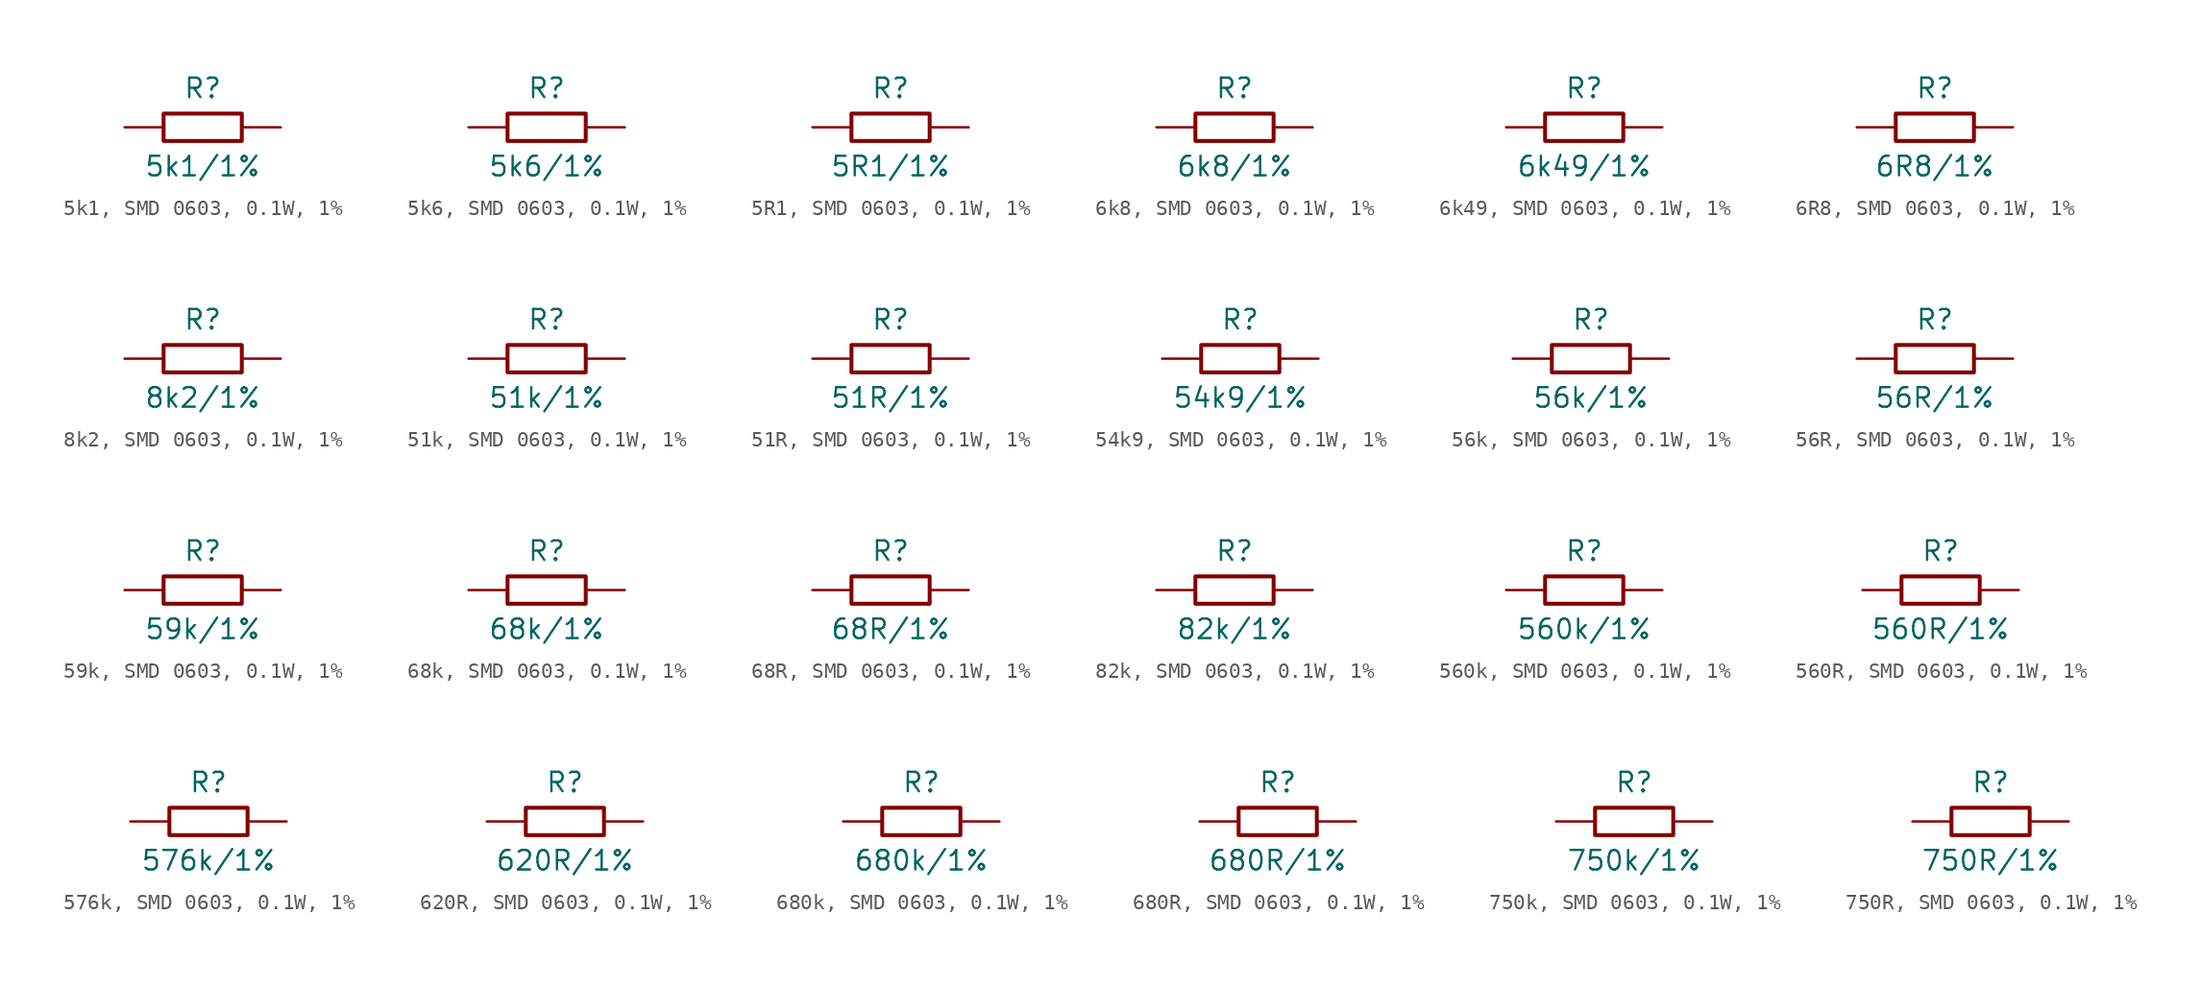
<source format=kicad_sym>
(kicad_symbol_lib
  (version 20231120)
  (generator "kicad_symbol_editor")
  (generator_version "8.0")
  (symbol "5k1, SMD 0603, 0.1W, 1%"
    (pin_numbers hide)
    (pin_names
      (offset 0) hide)
    (property "Reference" "R"
      (at 0 2.54 0)
      (effects (font (size 1.27 1.27))))
    (property "Value" "5k1/1%"
      (at 0 -2.54 0)
      (effects (font (size 1.27 1.27))))
    (symbol "5k1, SMD 0603, 0.1W, 1%_0_1"
      (rectangle (start -2.54 0.889) (end 2.54 -0.889) (stroke (width 0.254) (type default)) (fill (type none))))
    (symbol "5k1, SMD 0603, 0.1W, 1%_1_1"
      (pin passive line (at -5.08 0 0) (length 2.54) (name "1" (effects (font (size 1.27 1.27)))) (number "1" (effects (font (size 1.27 1.27)))))
      (pin passive line (at 5.08 0 180) (length 2.54) (name "2" (effects (font (size 1.27 1.27)))) (number "2" (effects (font (size 1.27 1.27)))))))
  (symbol "5k6, SMD 0603, 0.1W, 1%"
    (pin_numbers hide)
    (pin_names
      (offset 0) hide)
    (property "Reference" "R"
      (at 0 2.54 0)
      (effects (font (size 1.27 1.27))))
    (property "Value" "5k6/1%"
      (at 0 -2.54 0)
      (effects (font (size 1.27 1.27))))
    (symbol "5k6, SMD 0603, 0.1W, 1%_0_1"
      (rectangle (start -2.54 0.889) (end 2.54 -0.889) (stroke (width 0.254) (type default)) (fill (type none))))
    (symbol "5k6, SMD 0603, 0.1W, 1%_1_1"
      (pin passive line (at -5.08 0 0) (length 2.54) (name "1" (effects (font (size 1.27 1.27)))) (number "1" (effects (font (size 1.27 1.27)))))
      (pin passive line (at 5.08 0 180) (length 2.54) (name "2" (effects (font (size 1.27 1.27)))) (number "2" (effects (font (size 1.27 1.27)))))))
  (symbol "5R1, SMD 0603, 0.1W, 1%"
    (pin_numbers hide)
    (pin_names
      (offset 0) hide)
    (property "Reference" "R"
      (at 0 2.54 0)
      (effects (font (size 1.27 1.27))))
    (property "Value" "5R1/1%"
      (at 0 -2.54 0)
      (effects (font (size 1.27 1.27))))
    (symbol "5R1, SMD 0603, 0.1W, 1%_0_1"
      (rectangle (start -2.54 0.889) (end 2.54 -0.889) (stroke (width 0.254) (type default)) (fill (type none))))
    (symbol "5R1, SMD 0603, 0.1W, 1%_1_1"
      (pin passive line (at -5.08 0 0) (length 2.54) (name "1" (effects (font (size 1.27 1.27)))) (number "1" (effects (font (size 1.27 1.27)))))
      (pin passive line (at 5.08 0 180) (length 2.54) (name "2" (effects (font (size 1.27 1.27)))) (number "2" (effects (font (size 1.27 1.27)))))))
  (symbol "6k8, SMD 0603, 0.1W, 1%"
    (pin_numbers hide)
    (pin_names
      (offset 0) hide)
    (property "Reference" "R"
      (at 0 2.54 0)
      (effects (font (size 1.27 1.27))))
    (property "Value" "6k8/1%"
      (at 0 -2.54 0)
      (effects (font (size 1.27 1.27))))
    (symbol "6k8, SMD 0603, 0.1W, 1%_0_1"
      (rectangle (start -2.54 0.889) (end 2.54 -0.889) (stroke (width 0.254) (type default)) (fill (type none))))
    (symbol "6k8, SMD 0603, 0.1W, 1%_1_1"
      (pin passive line (at -5.08 0 0) (length 2.54) (name "1" (effects (font (size 1.27 1.27)))) (number "1" (effects (font (size 1.27 1.27)))))
      (pin passive line (at 5.08 0 180) (length 2.54) (name "2" (effects (font (size 1.27 1.27)))) (number "2" (effects (font (size 1.27 1.27)))))))
  (symbol "6k49, SMD 0603, 0.1W, 1%"
    (pin_numbers hide)
    (pin_names
      (offset 0) hide)
    (property "Reference" "R"
      (at 0 2.54 0)
      (effects (font (size 1.27 1.27))))
    (property "Value" "6k49/1%"
      (at 0 -2.54 0)
      (effects (font (size 1.27 1.27))))
    (symbol "6k49, SMD 0603, 0.1W, 1%_0_1"
      (rectangle (start -2.54 0.889) (end 2.54 -0.889) (stroke (width 0.254) (type default)) (fill (type none))))
    (symbol "6k49, SMD 0603, 0.1W, 1%_1_1"
      (pin passive line (at -5.08 0 0) (length 2.54) (name "1" (effects (font (size 1.27 1.27)))) (number "1" (effects (font (size 1.27 1.27)))))
      (pin passive line (at 5.08 0 180) (length 2.54) (name "2" (effects (font (size 1.27 1.27)))) (number "2" (effects (font (size 1.27 1.27)))))))
  (symbol "6R8, SMD 0603, 0.1W, 1%"
    (pin_numbers hide)
    (pin_names
      (offset 0) hide)
    (property "Reference" "R"
      (at 0 2.54 0)
      (effects (font (size 1.27 1.27))))
    (property "Value" "6R8/1%"
      (at 0 -2.54 0)
      (effects (font (size 1.27 1.27))))
    (symbol "6R8, SMD 0603, 0.1W, 1%_0_1"
      (rectangle (start -2.54 0.889) (end 2.54 -0.889) (stroke (width 0.254) (type default)) (fill (type none))))
    (symbol "6R8, SMD 0603, 0.1W, 1%_1_1"
      (pin passive line (at -5.08 0 0) (length 2.54) (name "1" (effects (font (size 1.27 1.27)))) (number "1" (effects (font (size 1.27 1.27)))))
      (pin passive line (at 5.08 0 180) (length 2.54) (name "2" (effects (font (size 1.27 1.27)))) (number "2" (effects (font (size 1.27 1.27)))))))
  (symbol "8k2, SMD 0603, 0.1W, 1%"
    (pin_numbers hide)
    (pin_names
      (offset 0) hide)
    (property "Reference" "R"
      (at 0 2.54 0)
      (effects (font (size 1.27 1.27))))
    (property "Value" "8k2/1%"
      (at 0 -2.54 0)
      (effects (font (size 1.27 1.27))))
    (symbol "8k2, SMD 0603, 0.1W, 1%_0_1"
      (rectangle (start -2.54 0.889) (end 2.54 -0.889) (stroke (width 0.254) (type default)) (fill (type none))))
    (symbol "8k2, SMD 0603, 0.1W, 1%_1_1"
      (pin passive line (at -5.08 0 0) (length 2.54) (name "1" (effects (font (size 1.27 1.27)))) (number "1" (effects (font (size 1.27 1.27)))))
      (pin passive line (at 5.08 0 180) (length 2.54) (name "2" (effects (font (size 1.27 1.27)))) (number "2" (effects (font (size 1.27 1.27)))))))
  (symbol "51k, SMD 0603, 0.1W, 1%"
    (pin_numbers hide)
    (pin_names
      (offset 0) hide)
    (property "Reference" "R"
      (at 0 2.54 0)
      (effects (font (size 1.27 1.27))))
    (property "Value" "51k/1%"
      (at 0 -2.54 0)
      (effects (font (size 1.27 1.27))))
    (symbol "51k, SMD 0603, 0.1W, 1%_0_1"
      (rectangle (start -2.54 0.889) (end 2.54 -0.889) (stroke (width 0.254) (type default)) (fill (type none))))
    (symbol "51k, SMD 0603, 0.1W, 1%_1_1"
      (pin passive line (at -5.08 0 0) (length 2.54) (name "1" (effects (font (size 1.27 1.27)))) (number "1" (effects (font (size 1.27 1.27)))))
      (pin passive line (at 5.08 0 180) (length 2.54) (name "2" (effects (font (size 1.27 1.27)))) (number "2" (effects (font (size 1.27 1.27)))))))
  (symbol "51R, SMD 0603, 0.1W, 1%"
    (pin_numbers hide)
    (pin_names
      (offset 0) hide)
    (property "Reference" "R"
      (at 0 2.54 0)
      (effects (font (size 1.27 1.27))))
    (property "Value" "51R/1%"
      (at 0 -2.54 0)
      (effects (font (size 1.27 1.27))))
    (symbol "51R, SMD 0603, 0.1W, 1%_0_1"
      (rectangle (start -2.54 0.889) (end 2.54 -0.889) (stroke (width 0.254) (type default)) (fill (type none))))
    (symbol "51R, SMD 0603, 0.1W, 1%_1_1"
      (pin passive line (at -5.08 0 0) (length 2.54) (name "1" (effects (font (size 1.27 1.27)))) (number "1" (effects (font (size 1.27 1.27)))))
      (pin passive line (at 5.08 0 180) (length 2.54) (name "2" (effects (font (size 1.27 1.27)))) (number "2" (effects (font (size 1.27 1.27)))))))
  (symbol "54k9, SMD 0603, 0.1W, 1%"
    (pin_numbers hide)
    (pin_names
      (offset 0) hide)
    (property "Reference" "R"
      (at 0 2.54 0)
      (effects (font (size 1.27 1.27))))
    (property "Value" "54k9/1%"
      (at 0 -2.54 0)
      (effects (font (size 1.27 1.27))))
    (symbol "54k9, SMD 0603, 0.1W, 1%_0_1"
      (rectangle (start -2.54 0.889) (end 2.54 -0.889) (stroke (width 0.254) (type default)) (fill (type none))))
    (symbol "54k9, SMD 0603, 0.1W, 1%_1_1"
      (pin passive line (at -5.08 0 0) (length 2.54) (name "1" (effects (font (size 1.27 1.27)))) (number "1" (effects (font (size 1.27 1.27)))))
      (pin passive line (at 5.08 0 180) (length 2.54) (name "2" (effects (font (size 1.27 1.27)))) (number "2" (effects (font (size 1.27 1.27)))))))
  (symbol "56k, SMD 0603, 0.1W, 1%"
    (pin_numbers hide)
    (pin_names
      (offset 0) hide)
    (property "Reference" "R"
      (at 0 2.54 0)
      (effects (font (size 1.27 1.27))))
    (property "Value" "56k/1%"
      (at 0 -2.54 0)
      (effects (font (size 1.27 1.27))))
    (symbol "56k, SMD 0603, 0.1W, 1%_0_1"
      (rectangle (start -2.54 0.889) (end 2.54 -0.889) (stroke (width 0.254) (type default)) (fill (type none))))
    (symbol "56k, SMD 0603, 0.1W, 1%_1_1"
      (pin passive line (at -5.08 0 0) (length 2.54) (name "1" (effects (font (size 1.27 1.27)))) (number "1" (effects (font (size 1.27 1.27)))))
      (pin passive line (at 5.08 0 180) (length 2.54) (name "2" (effects (font (size 1.27 1.27)))) (number "2" (effects (font (size 1.27 1.27)))))))
  (symbol "56R, SMD 0603, 0.1W, 1%"
    (pin_numbers hide)
    (pin_names
      (offset 0) hide)
    (property "Reference" "R"
      (at 0 2.54 0)
      (effects (font (size 1.27 1.27))))
    (property "Value" "56R/1%"
      (at 0 -2.54 0)
      (effects (font (size 1.27 1.27))))
    (symbol "56R, SMD 0603, 0.1W, 1%_0_1"
      (rectangle (start -2.54 0.889) (end 2.54 -0.889) (stroke (width 0.254) (type default)) (fill (type none))))
    (symbol "56R, SMD 0603, 0.1W, 1%_1_1"
      (pin passive line (at -5.08 0 0) (length 2.54) (name "1" (effects (font (size 1.27 1.27)))) (number "1" (effects (font (size 1.27 1.27)))))
      (pin passive line (at 5.08 0 180) (length 2.54) (name "2" (effects (font (size 1.27 1.27)))) (number "2" (effects (font (size 1.27 1.27)))))))
  (symbol "59k, SMD 0603, 0.1W, 1%"
    (pin_numbers hide)
    (pin_names
      (offset 0) hide)
    (property "Reference" "R"
      (at 0 2.54 0)
      (effects (font (size 1.27 1.27))))
    (property "Value" "59k/1%"
      (at 0 -2.54 0)
      (effects (font (size 1.27 1.27))))
    (symbol "59k, SMD 0603, 0.1W, 1%_0_1"
      (rectangle (start -2.54 0.889) (end 2.54 -0.889) (stroke (width 0.254) (type default)) (fill (type none))))
    (symbol "59k, SMD 0603, 0.1W, 1%_1_1"
      (pin passive line (at -5.08 0 0) (length 2.54) (name "1" (effects (font (size 1.27 1.27)))) (number "1" (effects (font (size 1.27 1.27)))))
      (pin passive line (at 5.08 0 180) (length 2.54) (name "2" (effects (font (size 1.27 1.27)))) (number "2" (effects (font (size 1.27 1.27)))))))
  (symbol "68k, SMD 0603, 0.1W, 1%"
    (pin_numbers hide)
    (pin_names
      (offset 0) hide)
    (property "Reference" "R"
      (at 0 2.54 0)
      (effects (font (size 1.27 1.27))))
    (property "Value" "68k/1%"
      (at 0 -2.54 0)
      (effects (font (size 1.27 1.27))))
    (symbol "68k, SMD 0603, 0.1W, 1%_0_1"
      (rectangle (start -2.54 0.889) (end 2.54 -0.889) (stroke (width 0.254) (type default)) (fill (type none))))
    (symbol "68k, SMD 0603, 0.1W, 1%_1_1"
      (pin passive line (at -5.08 0 0) (length 2.54) (name "1" (effects (font (size 1.27 1.27)))) (number "1" (effects (font (size 1.27 1.27)))))
      (pin passive line (at 5.08 0 180) (length 2.54) (name "2" (effects (font (size 1.27 1.27)))) (number "2" (effects (font (size 1.27 1.27)))))))
  (symbol "68R, SMD 0603, 0.1W, 1%"
    (pin_numbers hide)
    (pin_names
      (offset 0) hide)
    (property "Reference" "R"
      (at 0 2.54 0)
      (effects (font (size 1.27 1.27))))
    (property "Value" "68R/1%"
      (at 0 -2.54 0)
      (effects (font (size 1.27 1.27))))
    (symbol "68R, SMD 0603, 0.1W, 1%_0_1"
      (rectangle (start -2.54 0.889) (end 2.54 -0.889) (stroke (width 0.254) (type default)) (fill (type none))))
    (symbol "68R, SMD 0603, 0.1W, 1%_1_1"
      (pin passive line (at -5.08 0 0) (length 2.54) (name "1" (effects (font (size 1.27 1.27)))) (number "1" (effects (font (size 1.27 1.27)))))
      (pin passive line (at 5.08 0 180) (length 2.54) (name "2" (effects (font (size 1.27 1.27)))) (number "2" (effects (font (size 1.27 1.27)))))))
  (symbol "82k, SMD 0603, 0.1W, 1%"
    (pin_numbers hide)
    (pin_names
      (offset 0) hide)
    (property "Reference" "R"
      (at 0 2.54 0)
      (effects (font (size 1.27 1.27))))
    (property "Value" "82k/1%"
      (at 0 -2.54 0)
      (effects (font (size 1.27 1.27))))
    (symbol "82k, SMD 0603, 0.1W, 1%_0_1"
      (rectangle (start -2.54 0.889) (end 2.54 -0.889) (stroke (width 0.254) (type default)) (fill (type none))))
    (symbol "82k, SMD 0603, 0.1W, 1%_1_1"
      (pin passive line (at -5.08 0 0) (length 2.54) (name "1" (effects (font (size 1.27 1.27)))) (number "1" (effects (font (size 1.27 1.27)))))
      (pin passive line (at 5.08 0 180) (length 2.54) (name "2" (effects (font (size 1.27 1.27)))) (number "2" (effects (font (size 1.27 1.27)))))))
  (symbol "560k, SMD 0603, 0.1W, 1%"
    (pin_numbers hide)
    (pin_names
      (offset 0) hide)
    (property "Reference" "R"
      (at 0 2.54 0)
      (effects (font (size 1.27 1.27))))
    (property "Value" "560k/1%"
      (at 0 -2.54 0)
      (effects (font (size 1.27 1.27))))
    (symbol "560k, SMD 0603, 0.1W, 1%_0_1"
      (rectangle (start -2.54 0.889) (end 2.54 -0.889) (stroke (width 0.254) (type default)) (fill (type none))))
    (symbol "560k, SMD 0603, 0.1W, 1%_1_1"
      (pin passive line (at -5.08 0 0) (length 2.54) (name "1" (effects (font (size 1.27 1.27)))) (number "1" (effects (font (size 1.27 1.27)))))
      (pin passive line (at 5.08 0 180) (length 2.54) (name "2" (effects (font (size 1.27 1.27)))) (number "2" (effects (font (size 1.27 1.27)))))))
  (symbol "560R, SMD 0603, 0.1W, 1%"
    (pin_numbers hide)
    (pin_names
      (offset 0) hide)
    (property "Reference" "R"
      (at 0 2.54 0)
      (effects (font (size 1.27 1.27))))
    (property "Value" "560R/1%"
      (at 0 -2.54 0)
      (effects (font (size 1.27 1.27))))
    (symbol "560R, SMD 0603, 0.1W, 1%_0_1"
      (rectangle (start -2.54 0.889) (end 2.54 -0.889) (stroke (width 0.254) (type default)) (fill (type none))))
    (symbol "560R, SMD 0603, 0.1W, 1%_1_1"
      (pin passive line (at -5.08 0 0) (length 2.54) (name "1" (effects (font (size 1.27 1.27)))) (number "1" (effects (font (size 1.27 1.27)))))
      (pin passive line (at 5.08 0 180) (length 2.54) (name "2" (effects (font (size 1.27 1.27)))) (number "2" (effects (font (size 1.27 1.27)))))))
  (symbol "576k, SMD 0603, 0.1W, 1%"
    (pin_numbers hide)
    (pin_names
      (offset 0) hide)
    (property "Reference" "R"
      (at 0 2.54 0)
      (effects (font (size 1.27 1.27))))
    (property "Value" "576k/1%"
      (at 0 -2.54 0)
      (effects (font (size 1.27 1.27))))
    (symbol "576k, SMD 0603, 0.1W, 1%_0_1"
      (rectangle (start -2.54 0.889) (end 2.54 -0.889) (stroke (width 0.254) (type default)) (fill (type none))))
    (symbol "576k, SMD 0603, 0.1W, 1%_1_1"
      (pin passive line (at -5.08 0 0) (length 2.54) (name "1" (effects (font (size 1.27 1.27)))) (number "1" (effects (font (size 1.27 1.27)))))
      (pin passive line (at 5.08 0 180) (length 2.54) (name "2" (effects (font (size 1.27 1.27)))) (number "2" (effects (font (size 1.27 1.27)))))))
  (symbol "620R, SMD 0603, 0.1W, 1%"
    (pin_numbers hide)
    (pin_names
      (offset 0) hide)
    (property "Reference" "R"
      (at 0 2.54 0)
      (effects (font (size 1.27 1.27))))
    (property "Value" "620R/1%"
      (at 0 -2.54 0)
      (effects (font (size 1.27 1.27))))
    (symbol "620R, SMD 0603, 0.1W, 1%_0_1"
      (rectangle (start -2.54 0.889) (end 2.54 -0.889) (stroke (width 0.254) (type default)) (fill (type none))))
    (symbol "620R, SMD 0603, 0.1W, 1%_1_1"
      (pin passive line (at -5.08 0 0) (length 2.54) (name "1" (effects (font (size 1.27 1.27)))) (number "1" (effects (font (size 1.27 1.27)))))
      (pin passive line (at 5.08 0 180) (length 2.54) (name "2" (effects (font (size 1.27 1.27)))) (number "2" (effects (font (size 1.27 1.27)))))))
  (symbol "680k, SMD 0603, 0.1W, 1%"
    (pin_numbers hide)
    (pin_names
      (offset 0) hide)
    (property "Reference" "R"
      (at 0 2.54 0)
      (effects (font (size 1.27 1.27))))
    (property "Value" "680k/1%"
      (at 0 -2.54 0)
      (effects (font (size 1.27 1.27))))
    (symbol "680k, SMD 0603, 0.1W, 1%_0_1"
      (rectangle (start -2.54 0.889) (end 2.54 -0.889) (stroke (width 0.254) (type default)) (fill (type none))))
    (symbol "680k, SMD 0603, 0.1W, 1%_1_1"
      (pin passive line (at -5.08 0 0) (length 2.54) (name "1" (effects (font (size 1.27 1.27)))) (number "1" (effects (font (size 1.27 1.27)))))
      (pin passive line (at 5.08 0 180) (length 2.54) (name "2" (effects (font (size 1.27 1.27)))) (number "2" (effects (font (size 1.27 1.27)))))))
  (symbol "680R, SMD 0603, 0.1W, 1%"
    (pin_numbers hide)
    (pin_names
      (offset 0) hide)
    (property "Reference" "R"
      (at 0 2.54 0)
      (effects (font (size 1.27 1.27))))
    (property "Value" "680R/1%"
      (at 0 -2.54 0)
      (effects (font (size 1.27 1.27))))
    (symbol "680R, SMD 0603, 0.1W, 1%_0_1"
      (rectangle (start -2.54 0.889) (end 2.54 -0.889) (stroke (width 0.254) (type default)) (fill (type none))))
    (symbol "680R, SMD 0603, 0.1W, 1%_1_1"
      (pin passive line (at -5.08 0 0) (length 2.54) (name "1" (effects (font (size 1.27 1.27)))) (number "1" (effects (font (size 1.27 1.27)))))
      (pin passive line (at 5.08 0 180) (length 2.54) (name "2" (effects (font (size 1.27 1.27)))) (number "2" (effects (font (size 1.27 1.27)))))))
  (symbol "750k, SMD 0603, 0.1W, 1%"
    (pin_numbers hide)
    (pin_names
      (offset 0) hide)
    (property "Reference" "R"
      (at 0 2.54 0)
      (effects (font (size 1.27 1.27))))
    (property "Value" "750k/1%"
      (at 0 -2.54 0)
      (effects (font (size 1.27 1.27))))
    (symbol "750k, SMD 0603, 0.1W, 1%_0_1"
      (rectangle (start -2.54 0.889) (end 2.54 -0.889) (stroke (width 0.254) (type default)) (fill (type none))))
    (symbol "750k, SMD 0603, 0.1W, 1%_1_1"
      (pin passive line (at -5.08 0 0) (length 2.54) (name "1" (effects (font (size 1.27 1.27)))) (number "1" (effects (font (size 1.27 1.27)))))
      (pin passive line (at 5.08 0 180) (length 2.54) (name "2" (effects (font (size 1.27 1.27)))) (number "2" (effects (font (size 1.27 1.27)))))))
  (symbol "750R, SMD 0603, 0.1W, 1%"
    (pin_numbers hide)
    (pin_names
      (offset 0) hide)
    (property "Reference" "R"
      (at 0 2.54 0)
      (effects (font (size 1.27 1.27))))
    (property "Value" "750R/1%"
      (at 0 -2.54 0)
      (effects (font (size 1.27 1.27))))
    (symbol "750R, SMD 0603, 0.1W, 1%_0_1"
      (rectangle (start -2.54 0.889) (end 2.54 -0.889) (stroke (width 0.254) (type default)) (fill (type none))))
    (symbol "750R, SMD 0603, 0.1W, 1%_1_1"
      (pin passive line (at -5.08 0 0) (length 2.54) (name "1" (effects (font (size 1.27 1.27)))) (number "1" (effects (font (size 1.27 1.27)))))
      (pin passive line (at 5.08 0 180) (length 2.54) (name "2" (effects (font (size 1.27 1.27)))) (number "2" (effects (font (size 1.27 1.27))))))))
</source>
